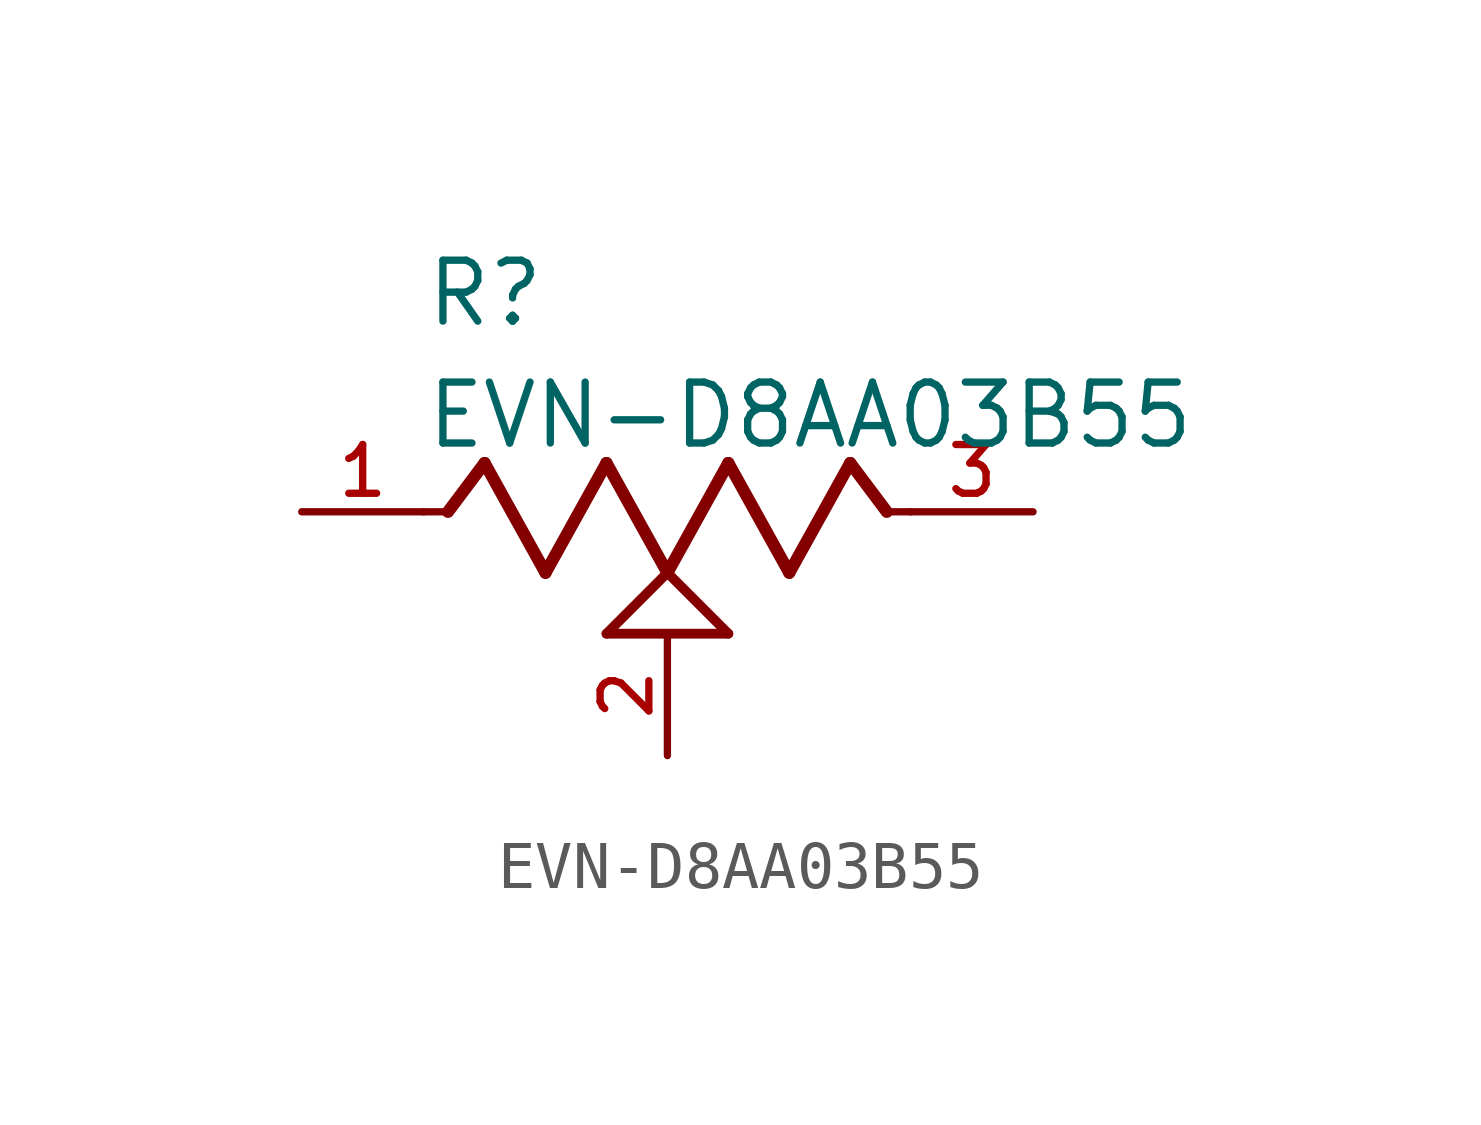
<source format=kicad_sym>
(kicad_symbol_lib
  (version 20211014)
  (generator kicad_symbol_editor)
  (symbol "EVN-D8AA03B55"
    (pin_names
      (offset 1.016))
    (property "Reference" "R"
      (at -5.08 3.81 0)
      (effects (font (size 1.27 1.27)) (justify bottom left)))
    (property "Value" "EVN-D8AA03B55"
      (at -5.08 1.27 0)
      (effects (font (size 1.27 1.27)) (justify bottom left)))
    (symbol "EVN-D8AA03B55_0_0"
      (polyline (pts (xy -5.08 0.0) (xy -4.572 0.0)) (stroke (width 0.152)))
      (polyline (pts (xy -4.572 0.0) (xy -3.81 1.016)) (stroke (width 0.254)))
      (polyline (pts (xy -3.81 1.016) (xy -2.54 -1.27)) (stroke (width 0.254)))
      (polyline (pts (xy -2.54 -1.27) (xy -1.27 1.016)) (stroke (width 0.254)))
      (polyline (pts (xy -1.27 1.016) (xy 0.0 -1.27)) (stroke (width 0.254)))
      (polyline (pts (xy 0.0 -1.27) (xy 1.27 1.016)) (stroke (width 0.254)))
      (polyline (pts (xy 1.27 1.016) (xy 2.54 -1.27)) (stroke (width 0.254)))
      (polyline (pts (xy 2.54 -1.27) (xy 3.81 1.016)) (stroke (width 0.254)))
      (polyline (pts (xy 3.81 1.016) (xy 4.572 0.0)) (stroke (width 0.254)))
      (polyline (pts (xy 4.572 0.0) (xy 5.08 0.0)) (stroke (width 0.152)))
      (polyline (pts (xy 0.0 -1.27) (xy 1.27 -2.54)) (stroke (width 0.203)))
      (polyline (pts (xy -1.27 -2.54) (xy 0.0 -1.27)) (stroke (width 0.203)))
      (polyline (pts (xy 1.27 -2.54) (xy -1.27 -2.54)) (stroke (width 0.203)))
      (pin passive line (at -7.62 0.0 0) (length 2.54) (name "~" (effects (font (size 1.016 1.016)))) (number "1" (effects (font (size 1.016 1.016)))))
      (pin passive line (at 7.62 0.0 180.0) (length 2.54) (name "~" (effects (font (size 1.016 1.016)))) (number "3" (effects (font (size 1.016 1.016)))))
      (pin passive line (at 0.0 -5.08 90.0) (length 2.54) (name "~" (effects (font (size 1.016 1.016)))) (number "2" (effects (font (size 1.016 1.016))))))))
</source>
